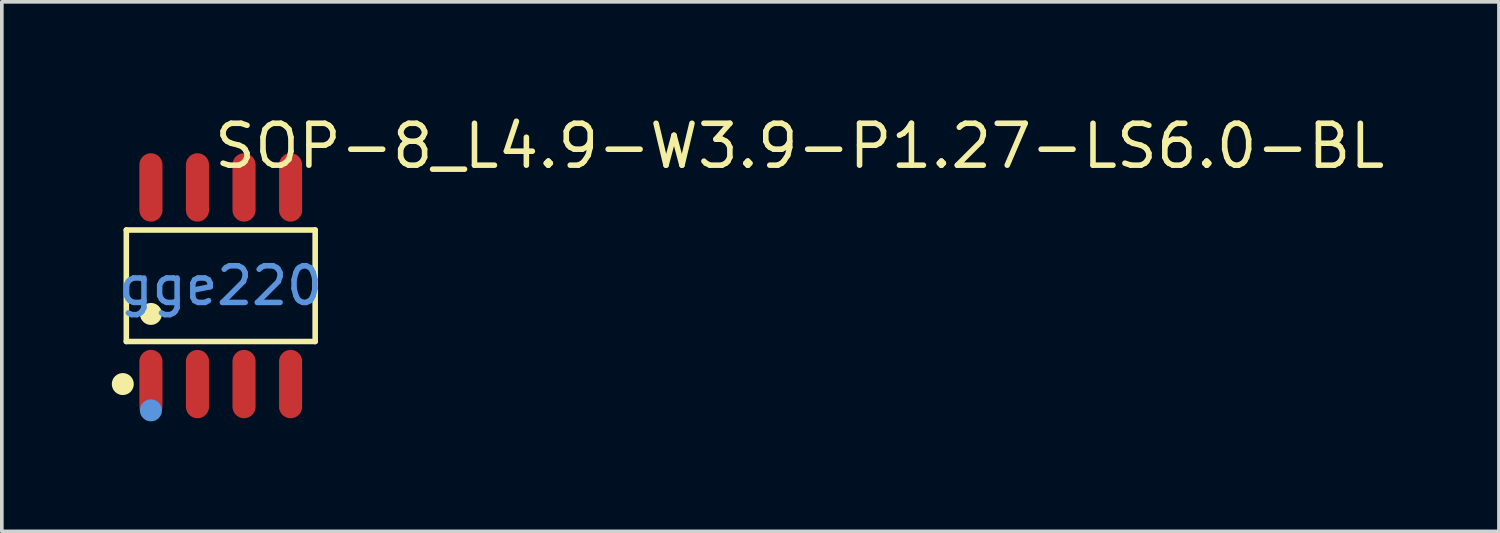
<source format=kicad_pcb>
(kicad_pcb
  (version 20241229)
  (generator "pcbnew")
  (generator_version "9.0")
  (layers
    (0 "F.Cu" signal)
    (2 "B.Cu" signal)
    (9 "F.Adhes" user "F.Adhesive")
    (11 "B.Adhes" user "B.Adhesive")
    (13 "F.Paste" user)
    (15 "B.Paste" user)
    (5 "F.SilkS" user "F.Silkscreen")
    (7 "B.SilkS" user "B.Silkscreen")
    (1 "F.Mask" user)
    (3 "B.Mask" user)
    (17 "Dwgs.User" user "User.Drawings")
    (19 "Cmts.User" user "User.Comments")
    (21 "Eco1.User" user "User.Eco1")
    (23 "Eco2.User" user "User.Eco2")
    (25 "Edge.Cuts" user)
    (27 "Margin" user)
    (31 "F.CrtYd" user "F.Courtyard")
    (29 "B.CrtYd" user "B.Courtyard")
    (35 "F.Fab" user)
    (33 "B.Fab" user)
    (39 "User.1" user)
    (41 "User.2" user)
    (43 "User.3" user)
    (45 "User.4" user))
  (footprint "SOP-8_L4.9-W3.9-P1.27-LS6.0-BL"
    (layer "F.Cu")
    (at 2.972 4.745)
    (property "Reference" "SOP-8_L4.9-W3.9-P1.27-LS6.0-BL" (at -0.254 -3.81 0) (layer "F.SilkS") (effects (font (size 1.143 1.143) (thickness 0.152)) (justify left)))
    (attr smd)
    (fp_line (start -2.576 -1.521) (end 2.576 -1.521) (stroke (width 0.152) (type solid)) (layer "F.SilkS"))
    (fp_line (start -2.576 1.521) (end -2.576 -1.521) (stroke (width 0.152) (type solid)) (layer "F.SilkS"))
    (fp_line (start 2.576 -1.521) (end 2.576 1.521) (stroke (width 0.152) (type solid)) (layer "F.SilkS"))
    (fp_line (start 2.576 1.521) (end -2.576 1.521) (stroke (width 0.152) (type solid)) (layer "F.SilkS"))
    (fp_circle (center -2.672 2.682) (end -2.522 2.682) (stroke (width 0.3) (type solid)) (fill no) (layer "F.SilkS"))
    (fp_circle (center -1.905 0.769) (end -1.755 0.769) (stroke (width 0.3) (type solid)) (fill no) (layer "F.SilkS"))
    (fp_circle (center -1.905 3.4) (end -1.755 3.4) (stroke (width 0.3) (type solid)) (fill no) (layer "Cmts.User"))
    (fp_text user "gge220" (at 0 0 0) (layer "Cmts.User") (effects (font (size 1 1) (thickness 0.15))))
    (pad "1" smd oval (at -1.905 2.682) (size 0.63 1.865) (layers "F.Cu" "F.Mask" "F.Paste"))
    (pad "2" smd oval (at -0.635 2.682) (size 0.63 1.865) (layers "F.Cu" "F.Mask" "F.Paste"))
    (pad "3" smd oval (at 0.635 2.682) (size 0.63 1.865) (layers "F.Cu" "F.Mask" "F.Paste"))
    (pad "4" smd oval (at 1.905 2.682) (size 0.63 1.865) (layers "F.Cu" "F.Mask" "F.Paste"))
    (pad "5" smd oval (at 1.905 -2.682) (size 0.63 1.865) (layers "F.Cu" "F.Mask" "F.Paste"))
    (pad "6" smd oval (at 0.635 -2.682) (size 0.63 1.865) (layers "F.Cu" "F.Mask" "F.Paste"))
    (pad "7" smd oval (at -0.635 -2.682) (size 0.63 1.865) (layers "F.Cu" "F.Mask" "F.Paste"))
    (pad "8" smd oval (at -1.905 -2.682) (size 0.63 1.865) (layers "F.Cu" "F.Mask" "F.Paste")))
  (gr_rect
    (start -3 -3)
    (end 37.841 11.445)
    (stroke (width 0.1) (type default))
    (fill no)
    (layer "Edge.Cuts")))
</source>
